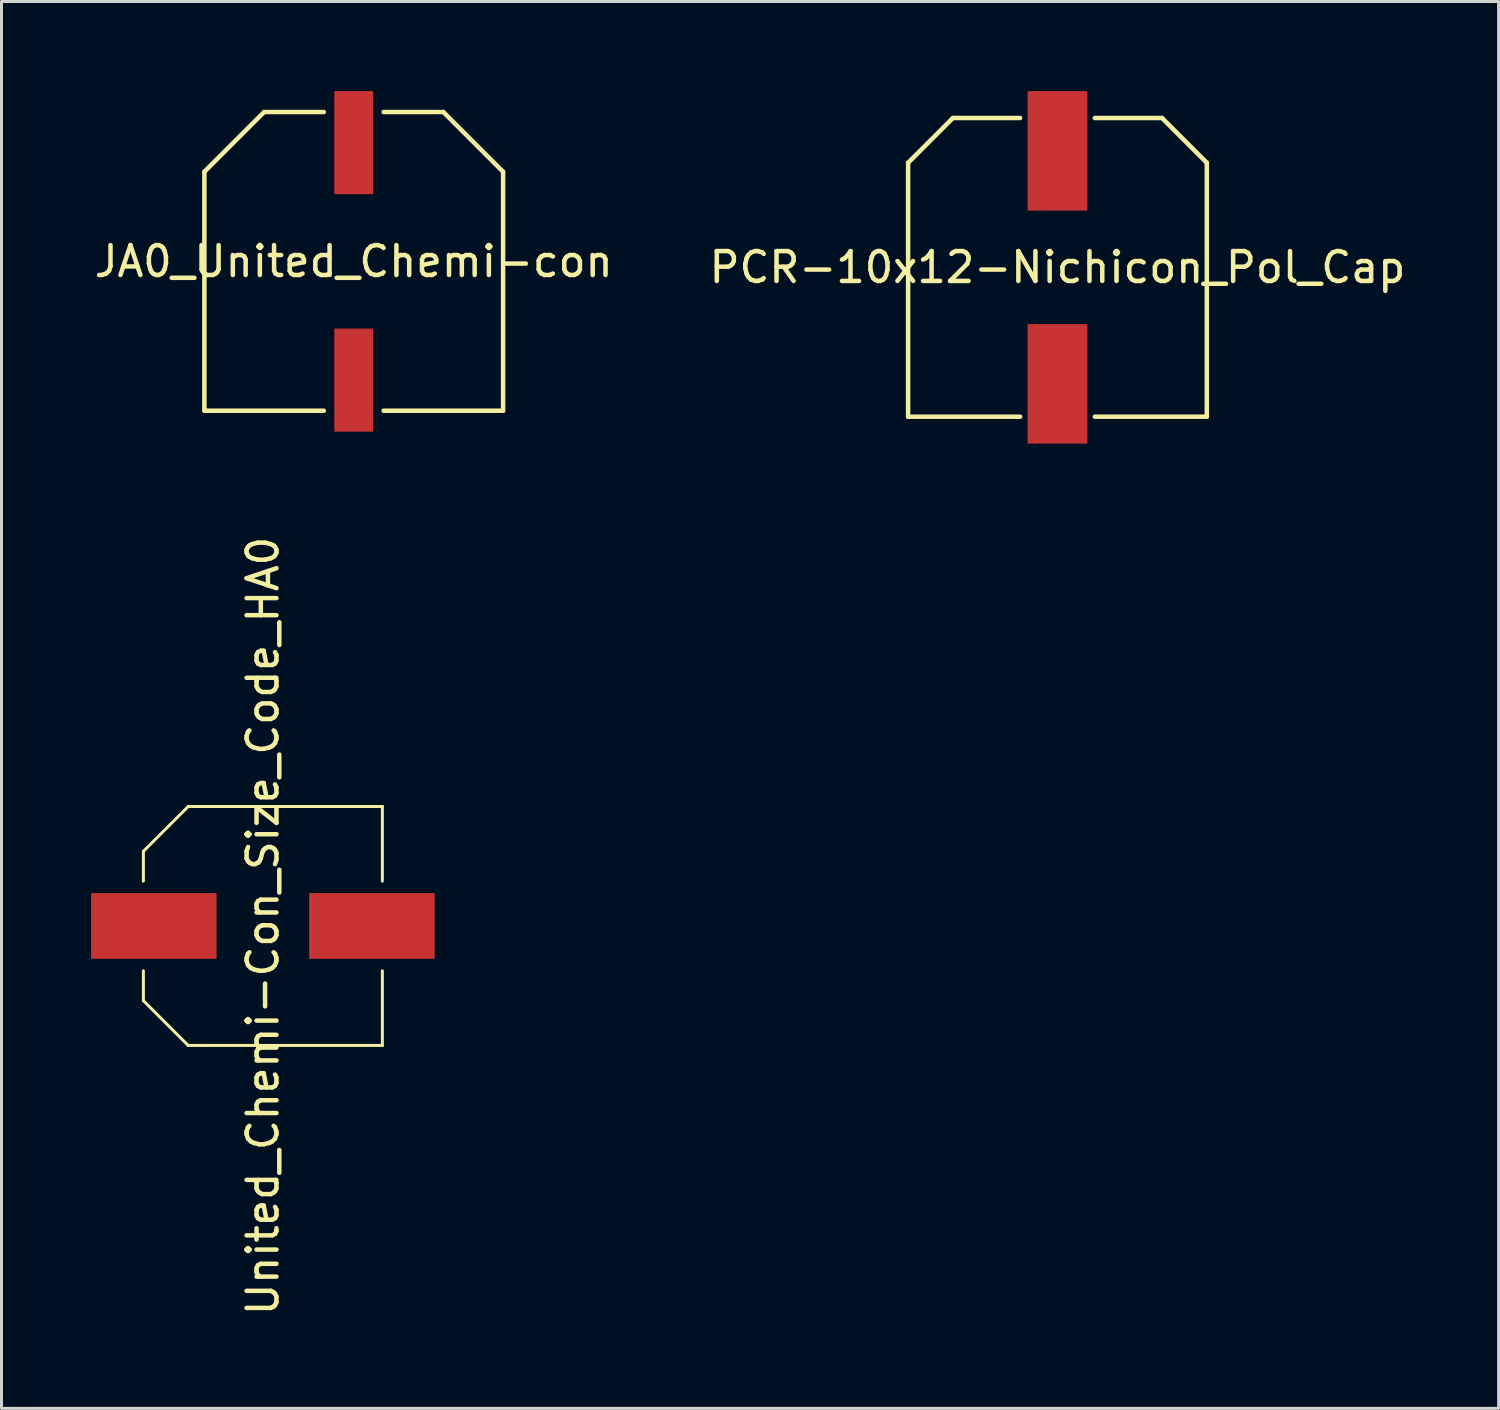
<source format=kicad_pcb>
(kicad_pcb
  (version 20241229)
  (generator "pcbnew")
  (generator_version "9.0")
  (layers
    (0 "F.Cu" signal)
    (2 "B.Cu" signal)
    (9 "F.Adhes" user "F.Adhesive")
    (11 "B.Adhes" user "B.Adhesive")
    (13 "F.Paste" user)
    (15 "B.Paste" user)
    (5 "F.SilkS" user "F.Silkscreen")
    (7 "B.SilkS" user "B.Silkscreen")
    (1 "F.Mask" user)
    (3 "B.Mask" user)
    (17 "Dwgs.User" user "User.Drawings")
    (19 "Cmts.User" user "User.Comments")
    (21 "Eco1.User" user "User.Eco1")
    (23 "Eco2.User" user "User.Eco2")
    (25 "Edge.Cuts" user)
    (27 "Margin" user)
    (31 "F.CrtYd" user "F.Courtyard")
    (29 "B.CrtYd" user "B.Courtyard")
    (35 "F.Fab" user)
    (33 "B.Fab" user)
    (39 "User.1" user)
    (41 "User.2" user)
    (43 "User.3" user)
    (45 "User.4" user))
  (footprint "PCR-10x12-Nichicon_Pol_Cap"
    (layer "F.Cu")
    (at 32.351 5.9)
    (property "Reference" "PCR-10x12-Nichicon_Pol_Cap" (at 0 0 0) (layer "F.SilkS") (effects (font (size 1 1) (thickness 0.15))))
    (attr smd)
    (fp_line (start -5 -3.5) (end -5 5) (stroke (width 0.15) (type solid)) (layer "F.SilkS"))
    (fp_line (start -5 5) (end -1.25 5) (stroke (width 0.15) (type solid)) (layer "F.SilkS"))
    (fp_line (start -3.5 -5) (end -5 -3.5) (stroke (width 0.15) (type solid)) (layer "F.SilkS"))
    (fp_line (start -3.5 -5) (end -1.25 -5) (stroke (width 0.15) (type solid)) (layer "F.SilkS"))
    (fp_line (start 1.25 -5) (end 3.5 -5) (stroke (width 0.15) (type solid)) (layer "F.SilkS"))
    (fp_line (start 3.5 -5) (end 5 -3.5) (stroke (width 0.15) (type solid)) (layer "F.SilkS"))
    (fp_line (start 5 -3.5) (end 5 5) (stroke (width 0.15) (type solid)) (layer "F.SilkS"))
    (fp_line (start 5 5) (end 1.25 5) (stroke (width 0.15) (type solid)) (layer "F.SilkS"))
    (pad "1" smd rect (at 0 -3.9) (size 2 4) (layers "F.Cu" "F.Mask" "F.Paste"))
    (pad "2" smd rect (at 0 3.9) (size 2 4) (layers "F.Cu" "F.Mask" "F.Paste")))
  (footprint "JA0_United_Chemi-con"
    (layer "F.Cu")
    (at 8.792 5.7)
    (property "Reference" "JA0_United_Chemi-con" (at 0 0 0) (layer "F.SilkS") (effects (font (size 1 1) (thickness 0.15))))
    (attr smd)
    (fp_line (start -5 -3) (end -5 5) (stroke (width 0.15) (type solid)) (layer "F.SilkS"))
    (fp_line (start -5 5) (end -1 5) (stroke (width 0.15) (type solid)) (layer "F.SilkS"))
    (fp_line (start -3 -5) (end -5 -3) (stroke (width 0.15) (type solid)) (layer "F.SilkS"))
    (fp_line (start -1 -5) (end -3 -5) (stroke (width 0.15) (type solid)) (layer "F.SilkS"))
    (fp_line (start 1 -5) (end 3 -5) (stroke (width 0.15) (type solid)) (layer "F.SilkS"))
    (fp_line (start 3 -5) (end 5 -3) (stroke (width 0.15) (type solid)) (layer "F.SilkS"))
    (fp_line (start 5 -3) (end 5 5) (stroke (width 0.15) (type solid)) (layer "F.SilkS"))
    (fp_line (start 5 5) (end 1 5) (stroke (width 0.15) (type solid)) (layer "F.SilkS"))
    (pad "1" smd rect (at 0 -3.975) (size 1.3 3.45) (layers "F.Cu" "F.Mask" "F.Paste"))
    (pad "2" smd rect (at 0 3.975) (size 1.3 3.45) (layers "F.Cu" "F.Mask" "F.Paste")))
  (footprint "United_Chemi-Con_Size_Code_HA0"
    (layer "F.Cu")
    (at 5.75 27.949)
    (property "Reference" "United_Chemi-Con_Size_Code_HA0" (at 0 0 90) (layer "F.SilkS") (effects (font (size 1 1) (thickness 0.15))))
    (attr smd)
    (fp_line (start -4 -2.5) (end -4 -1.5) (stroke (width 0.1) (type solid)) (layer "F.SilkS"))
    (fp_line (start -4 -2.5) (end -2.5 -4) (stroke (width 0.1) (type solid)) (layer "F.SilkS"))
    (fp_line (start -4 1.5) (end -4 2.5) (stroke (width 0.1) (type solid)) (layer "F.SilkS"))
    (fp_line (start -4 2.5) (end -2.5 4) (stroke (width 0.1) (type solid)) (layer "F.SilkS"))
    (fp_line (start -2.5 -4) (end 4 -4) (stroke (width 0.1) (type solid)) (layer "F.SilkS"))
    (fp_line (start -2.5 4) (end -2 4) (stroke (width 0.1) (type solid)) (layer "F.SilkS"))
    (fp_line (start 4 -1.5) (end 4 -4) (stroke (width 0.1) (type solid)) (layer "F.SilkS"))
    (fp_line (start 4 1.5) (end 4 4) (stroke (width 0.1) (type solid)) (layer "F.SilkS"))
    (fp_line (start 4 4) (end -2 4) (stroke (width 0.1) (type solid)) (layer "F.SilkS"))
    (pad "1" smd rect (at -3.65 0 180) (size 4.2 2.2) (layers "F.Cu" "F.Mask" "F.Paste"))
    (pad "2" smd rect (at 3.65 0 180) (size 4.2 2.2) (layers "F.Cu" "F.Mask" "F.Paste")))
  (gr_rect
    (start -3 -3)
    (end 47.119 44.098)
    (stroke (width 0.1) (type default))
    (fill no)
    (layer "Edge.Cuts")))
</source>
